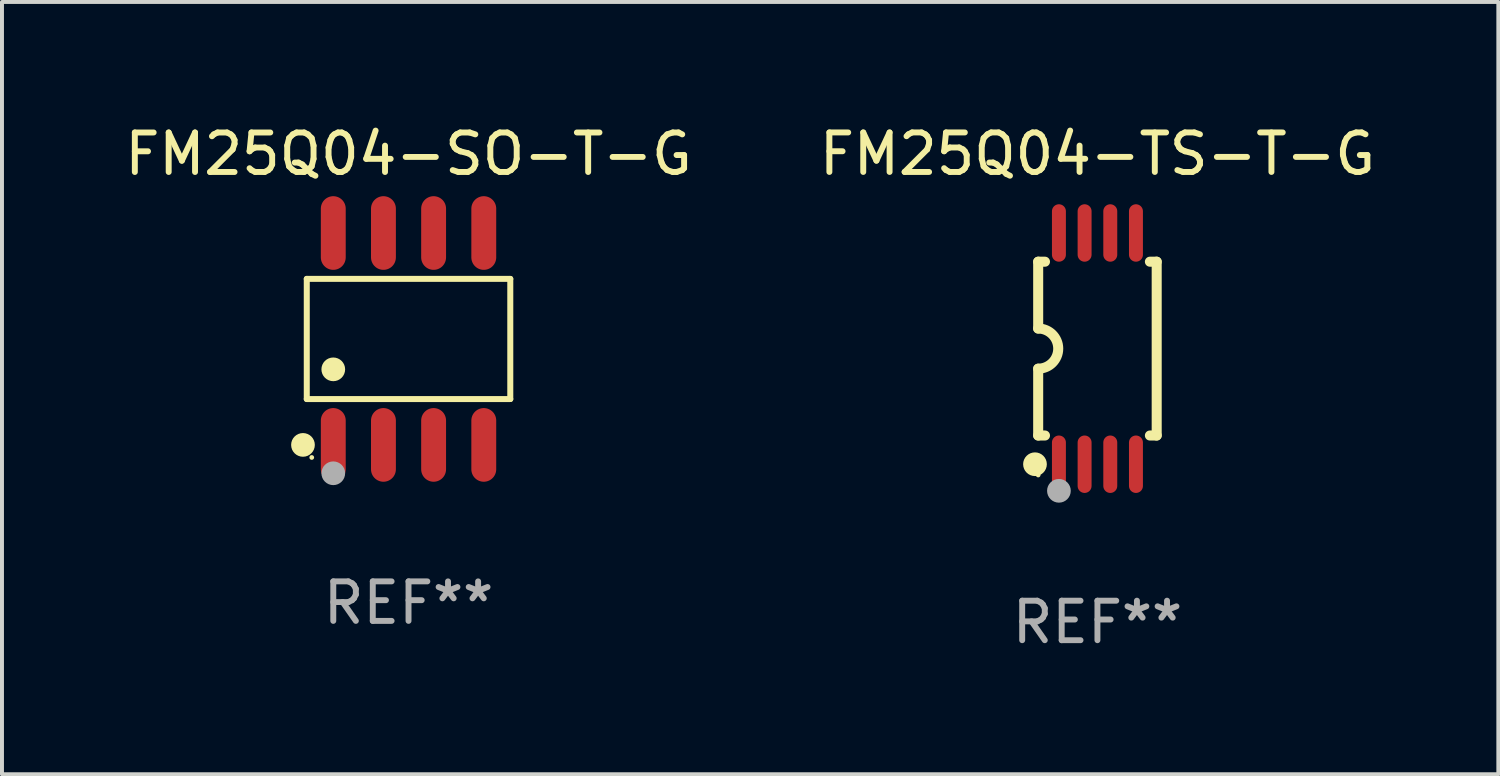
<source format=kicad_pcb>
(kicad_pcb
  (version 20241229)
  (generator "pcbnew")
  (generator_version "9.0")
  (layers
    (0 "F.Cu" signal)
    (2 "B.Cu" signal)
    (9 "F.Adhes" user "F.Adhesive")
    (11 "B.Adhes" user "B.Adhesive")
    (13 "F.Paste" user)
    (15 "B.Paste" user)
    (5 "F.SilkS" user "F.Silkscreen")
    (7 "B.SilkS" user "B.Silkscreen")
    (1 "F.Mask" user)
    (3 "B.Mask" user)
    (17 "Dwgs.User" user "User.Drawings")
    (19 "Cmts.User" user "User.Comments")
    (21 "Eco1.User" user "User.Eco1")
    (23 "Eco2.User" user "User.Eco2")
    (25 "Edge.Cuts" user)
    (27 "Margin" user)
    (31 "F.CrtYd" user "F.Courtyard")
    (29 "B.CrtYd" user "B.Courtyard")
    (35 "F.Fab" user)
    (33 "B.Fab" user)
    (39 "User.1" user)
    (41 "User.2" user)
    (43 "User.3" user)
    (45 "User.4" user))
  (footprint "FM25Q04-TS-T-G"
    (layer "F.Cu")
    (at 24.732 5.775)
    (property "Reference" "FM25Q04-TS-T-G" (at 0 -4.927 0) (layer "F.SilkS") (effects (font (size 1 1) (thickness 0.15))))
    (attr through_hole)
    (fp_line (start -1.5 -2.2) (end -1.5 -0.508) (stroke (width 0.254) (type solid)) (layer "F.SilkS"))
    (fp_line (start -1.5 -2.2) (end -1.328 -2.2) (stroke (width 0.254) (type solid)) (layer "F.SilkS"))
    (fp_line (start -1.5 2.2) (end -1.5 0.508) (stroke (width 0.254) (type solid)) (layer "F.SilkS"))
    (fp_line (start -1.5 2.2) (end -1.328 2.2) (stroke (width 0.254) (type solid)) (layer "F.SilkS"))
    (fp_line (start 1.328 -2.2) (end 1.5 -2.2) (stroke (width 0.254) (type solid)) (layer "F.SilkS"))
    (fp_line (start 1.328 2.2) (end 1.5 2.2) (stroke (width 0.254) (type solid)) (layer "F.SilkS"))
    (fp_line (start 1.5 -2.2) (end 1.5 2.2) (stroke (width 0.254) (type solid)) (layer "F.SilkS"))
    (fp_arc (start -1.501144 -0.508) (mid -0.993143 -0.000571) (end -1.5 0.508001) (stroke (width 0.254001) (type solid)) (layer "F.SilkS"))
    (fp_circle (center -1.581 2.927) (end -1.431 2.927) (stroke (width 0.3) (type solid)) (fill no) (layer "F.SilkS"))
    (fp_circle (center -1.5 3.2) (end -1.47 3.2) (stroke (width 0.06) (type solid)) (fill no) (layer "F.SilkS"))
    (fp_circle (center -0.975 3.6) (end -0.825 3.6) (stroke (width 0.3) (type solid)) (fill no) (layer "F.Fab"))
    (fp_text user "REF**" (at 0 6.927 0) (layer "F.Fab") (effects (font (size 1 1) (thickness 0.15))))
    (pad "1" smd oval (at -0.975 2.927) (size 0.353 1.454) (layers "F.Cu" "F.Mask" "F.Paste"))
    (pad "2" smd oval (at -0.325 2.927) (size 0.353 1.454) (layers "F.Cu" "F.Mask" "F.Paste"))
    (pad "3" smd oval (at 0.325 2.927) (size 0.353 1.454) (layers "F.Cu" "F.Mask" "F.Paste"))
    (pad "4" smd oval (at 0.975 2.927) (size 0.353 1.454) (layers "F.Cu" "F.Mask" "F.Paste"))
    (pad "5" smd oval (at 0.975 -2.927) (size 0.353 1.454) (layers "F.Cu" "F.Mask" "F.Paste"))
    (pad "6" smd oval (at 0.325 -2.927) (size 0.353 1.454) (layers "F.Cu" "F.Mask" "F.Paste"))
    (pad "7" smd oval (at -0.325 -2.927) (size 0.353 1.454) (layers "F.Cu" "F.Mask" "F.Paste"))
    (pad "8" smd oval (at -0.975 -2.927) (size 0.353 1.454) (layers "F.Cu" "F.Mask" "F.Paste")))
  (footprint "FM25Q04-SO-T-G"
    (layer "F.Cu")
    (at 7.292 5.531)
    (property "Reference" "FM25Q04-SO-T-G" (at 0 -4.682 0) (layer "F.SilkS") (effects (font (size 1 1) (thickness 0.15))))
    (attr through_hole)
    (fp_line (start -2.576 -1.521) (end 2.576 -1.521) (stroke (width 0.152) (type solid)) (layer "F.SilkS"))
    (fp_line (start -2.576 1.521) (end -2.576 -1.521) (stroke (width 0.152) (type solid)) (layer "F.SilkS"))
    (fp_line (start 2.576 -1.521) (end 2.576 1.521) (stroke (width 0.152) (type solid)) (layer "F.SilkS"))
    (fp_line (start 2.576 1.521) (end -2.576 1.521) (stroke (width 0.152) (type solid)) (layer "F.SilkS"))
    (fp_circle (center -2.672 2.682) (end -2.522 2.682) (stroke (width 0.3) (type solid)) (fill no) (layer "F.SilkS"))
    (fp_circle (center -2.45 3) (end -2.42 3) (stroke (width 0.06) (type solid)) (fill no) (layer "F.SilkS"))
    (fp_circle (center -1.905 0.769) (end -1.755 0.769) (stroke (width 0.3) (type solid)) (fill no) (layer "F.SilkS"))
    (fp_circle (center -1.905 3.4) (end -1.755 3.4) (stroke (width 0.3) (type solid)) (fill no) (layer "F.Fab"))
    (fp_text user "REF**" (at 0 6.682 0) (layer "F.Fab") (effects (font (size 1 1) (thickness 0.15))))
    (pad "1" smd oval (at -1.905 2.682) (size 0.63 1.865) (layers "F.Cu" "F.Mask" "F.Paste"))
    (pad "2" smd oval (at -0.635 2.682) (size 0.63 1.865) (layers "F.Cu" "F.Mask" "F.Paste"))
    (pad "3" smd oval (at 0.635 2.682) (size 0.63 1.865) (layers "F.Cu" "F.Mask" "F.Paste"))
    (pad "4" smd oval (at 1.905 2.682) (size 0.63 1.865) (layers "F.Cu" "F.Mask" "F.Paste"))
    (pad "5" smd oval (at 1.905 -2.682) (size 0.63 1.865) (layers "F.Cu" "F.Mask" "F.Paste"))
    (pad "6" smd oval (at 0.635 -2.682) (size 0.63 1.865) (layers "F.Cu" "F.Mask" "F.Paste"))
    (pad "7" smd oval (at -0.635 -2.682) (size 0.63 1.865) (layers "F.Cu" "F.Mask" "F.Paste"))
    (pad "8" smd oval (at -1.905 -2.682) (size 0.63 1.865) (layers "F.Cu" "F.Mask" "F.Paste")))
  (gr_rect
    (start -3 -3)
    (end 34.881 16.551)
    (stroke (width 0.1) (type default))
    (fill no)
    (layer "Edge.Cuts")))
</source>
